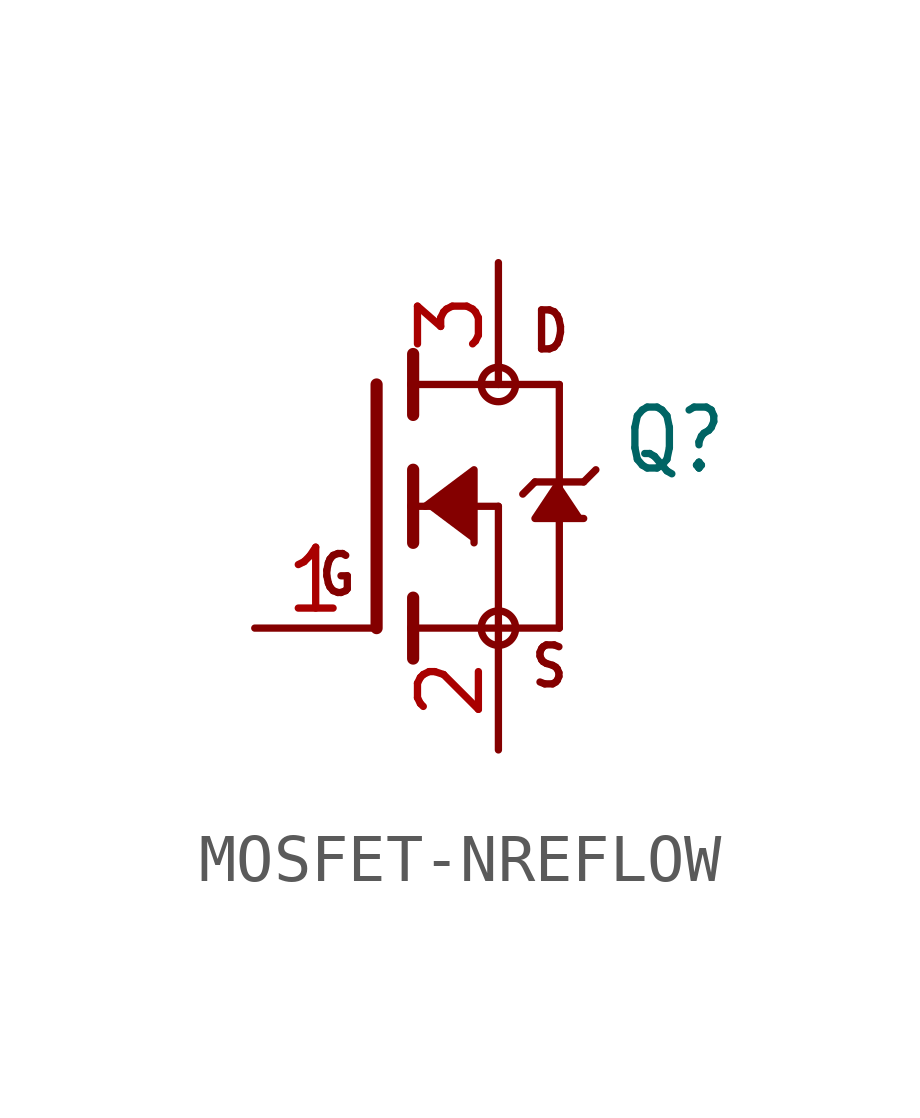
<source format=kicad_sym>
(kicad_symbol_lib
  (version 20220914)
  (generator kicad_symbol_editor)
  (symbol "MOSFET-NREFLOW"
    (property "Reference" "Q"
      (at 5.08 0.635 0)
      (effects (font (size 1.27 1.079)) (justify left bottom)))
    (property "Value" ""
      (at 5.08 -1.27 0)
      (effects (font (size 1.27 1.079)) (justify left bottom)))
    (property "ki_locked" ""
      (at 0 0 0)
      (effects (font (size 1.27 1.27))))
    (symbol "MOSFET-NREFLOW_1_0"
      (polyline (pts (xy 0 2.54) (xy 0 -2.54)) (stroke (width 0.254) (type solid)) (fill (type none)))
      (polyline (pts (xy 0.762 -2.54) (xy 0.762 -3.175)) (stroke (width 0.254) (type solid)) (fill (type none)))
      (polyline (pts (xy 0.762 -1.905) (xy 0.762 -2.54)) (stroke (width 0.254) (type solid)) (fill (type none)))
      (polyline (pts (xy 0.762 0) (xy 0.762 -0.762)) (stroke (width 0.254) (type solid)) (fill (type none)))
      (polyline (pts (xy 0.762 0) (xy 2.54 0)) (stroke (width 0.152) (type solid)) (fill (type none)))
      (polyline (pts (xy 0.762 0.762) (xy 0.762 0)) (stroke (width 0.254) (type solid)) (fill (type none)))
      (polyline (pts (xy 0.762 2.54) (xy 0.762 1.905)) (stroke (width 0.254) (type solid)) (fill (type none)))
      (polyline (pts (xy 0.762 2.54) (xy 3.81 2.54)) (stroke (width 0.152) (type solid)) (fill (type none)))
      (polyline (pts (xy 0.762 3.175) (xy 0.762 2.54)) (stroke (width 0.254) (type solid)) (fill (type none)))
      (polyline (pts (xy 2.54 -2.54) (xy 0.762 -2.54)) (stroke (width 0.152) (type solid)) (fill (type none)))
      (polyline (pts (xy 2.54 -2.54) (xy 3.81 -2.54)) (stroke (width 0.152) (type solid)) (fill (type none)))
      (polyline (pts (xy 2.54 0) (xy 2.54 -2.54)) (stroke (width 0.152) (type solid)) (fill (type none)))
      (polyline (pts (xy 3.302 0.508) (xy 3.048 0.254)) (stroke (width 0.152) (type solid)) (fill (type none)))
      (polyline (pts (xy 3.81 0.508) (xy 3.302 0.508)) (stroke (width 0.152) (type solid)) (fill (type none)))
      (polyline (pts (xy 3.81 0.508) (xy 3.81 -2.54)) (stroke (width 0.152) (type solid)) (fill (type none)))
      (polyline (pts (xy 3.81 2.54) (xy 3.81 0.508)) (stroke (width 0.152) (type solid)) (fill (type none)))
      (polyline (pts (xy 4.318 0.508) (xy 3.81 0.508)) (stroke (width 0.152) (type solid)) (fill (type none)))
      (polyline (pts (xy 4.572 0.762) (xy 4.318 0.508)) (stroke (width 0.152) (type solid)) (fill (type none)))
      (polyline (pts (xy 1.016 0) (xy 2.032 0.762) (xy 2.032 -0.762)) (stroke (width 0.152) (type solid)) (fill (type outline)))
      (polyline (pts (xy 3.81 0.508) (xy 3.302 -0.254) (xy 4.318 -0.254)) (stroke (width 0.152) (type solid)) (fill (type outline)))
      (circle (center 2.54 -2.54) (radius 0.359) (stroke (width 0) (type solid)) (fill (type none)))
      (circle (center 2.54 2.54) (radius 0.359) (stroke (width 0) (type solid)) (fill (type none)))
      (text "D" (at 3.175 3.175 0) (effects (font (size 0.813 0.691)) (justify left bottom)))
      (text "G" (at -1.27 -1.905 0) (effects (font (size 0.813 0.691)) (justify left bottom)))
      (text "S" (at 3.175 -3.81 0) (effects (font (size 0.813 0.691)) (justify left bottom)))
      (pin bidirectional line (at -2.54 -2.54 0) (length 2.54) (name "G" (effects (font (size 0 0)))) (number "1" (effects (font (size 1.27 1.27)))))
      (pin bidirectional line (at 2.54 -5.08 90) (length 2.54) (name "S" (effects (font (size 0 0)))) (number "2" (effects (font (size 1.27 1.27)))))
      (pin bidirectional line (at 2.54 5.08 270) (length 2.54) (name "D" (effects (font (size 0 0)))) (number "3" (effects (font (size 1.27 1.27))))))))
</source>
